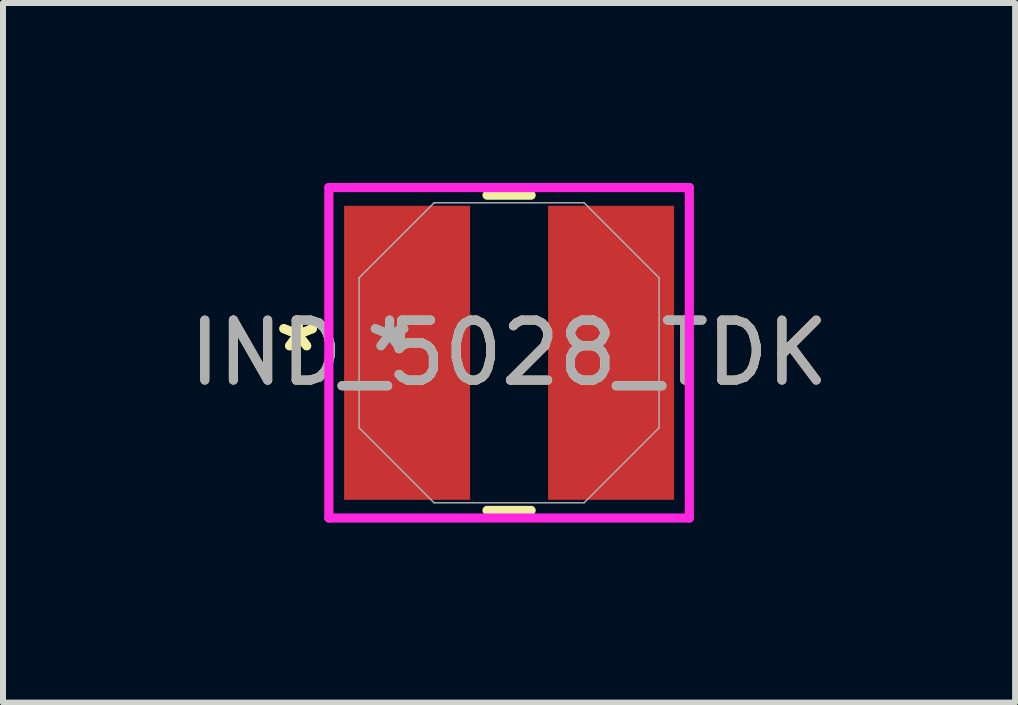
<source format=kicad_pcb>
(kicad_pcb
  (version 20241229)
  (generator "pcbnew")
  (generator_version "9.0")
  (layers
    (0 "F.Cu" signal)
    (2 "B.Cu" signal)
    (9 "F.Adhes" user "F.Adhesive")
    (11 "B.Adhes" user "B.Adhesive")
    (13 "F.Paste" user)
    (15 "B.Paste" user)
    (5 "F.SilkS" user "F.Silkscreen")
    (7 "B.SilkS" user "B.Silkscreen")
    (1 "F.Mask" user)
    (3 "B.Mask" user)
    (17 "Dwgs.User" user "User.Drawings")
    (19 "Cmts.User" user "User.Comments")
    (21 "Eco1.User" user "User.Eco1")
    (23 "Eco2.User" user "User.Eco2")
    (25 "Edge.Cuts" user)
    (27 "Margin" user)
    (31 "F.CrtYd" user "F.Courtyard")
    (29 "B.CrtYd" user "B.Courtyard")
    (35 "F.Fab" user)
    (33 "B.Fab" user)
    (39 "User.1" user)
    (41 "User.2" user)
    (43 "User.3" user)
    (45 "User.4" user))
  (footprint "IND_5028_TDK"
    (layer "F.Cu")
    (at 5.435 2.83)
    (property "Reference" "IND_5028_TDK" (at 0 0 0) (unlocked yes) (layer "F.SilkS") (effects (font (size 1 1) (thickness 0.15))))
    (attr smd)
    (fp_line (start -0.368 2.627) (end 0.368 2.627) (stroke (width 0.152) (type solid)) (layer "F.SilkS"))
    (fp_line (start 0.368 -2.627) (end -0.368 -2.627) (stroke (width 0.152) (type solid)) (layer "F.SilkS"))
    (fp_line (start -3.004 -2.754) (end 3.004 -2.754) (stroke (width 0.152) (type solid)) (layer "F.CrtYd"))
    (fp_line (start -3.004 2.754) (end -3.004 -2.754) (stroke (width 0.152) (type solid)) (layer "F.CrtYd"))
    (fp_line (start 3.004 -2.754) (end 3.004 2.754) (stroke (width 0.152) (type solid)) (layer "F.CrtYd"))
    (fp_line (start 3.004 2.754) (end -3.004 2.754) (stroke (width 0.152) (type solid)) (layer "F.CrtYd"))
    (fp_line (start -2.5 -1.25) (end -2.5 1.25) (stroke (width 0.025) (type solid)) (layer "F.Fab"))
    (fp_line (start -2.5 1.25) (end -1.25 2.5) (stroke (width 0.025) (type solid)) (layer "F.Fab"))
    (fp_line (start -1.25 -2.5) (end -2.5 -1.25) (stroke (width 0.025) (type solid)) (layer "F.Fab"))
    (fp_line (start -1.25 2.5) (end 1.25 2.5) (stroke (width 0.025) (type solid)) (layer "F.Fab"))
    (fp_line (start 1.25 -2.5) (end -1.25 -2.5) (stroke (width 0.025) (type solid)) (layer "F.Fab"))
    (fp_line (start 1.25 2.5) (end 2.5 1.25) (stroke (width 0.025) (type solid)) (layer "F.Fab"))
    (fp_line (start 2.5 -1.25) (end 1.25 -2.5) (stroke (width 0.025) (type solid)) (layer "F.Fab"))
    (fp_line (start 2.5 1.25) (end 2.5 -1.25) (stroke (width 0.025) (type solid)) (layer "F.Fab"))
    (fp_text user "*" (at -3.516 0 0) (unlocked yes) (layer "F.SilkS") (effects (font (size 1 1) (thickness 0.15))))
    (fp_text user "*" (at -3.516 0 0) (layer "F.SilkS") (effects (font (size 1 1) (thickness 0.15))))
    (fp_text user "*" (at -1.992 0 0) (layer "F.Fab") (effects (font (size 1 1) (thickness 0.15))))
    (fp_text user "${REFERENCE}" (at 0 0 0) (unlocked yes) (layer "F.Fab") (effects (font (size 1 1) (thickness 0.15))))
    (fp_text user "*" (at -1.992 0 0) (unlocked yes) (layer "F.Fab") (effects (font (size 1 1) (thickness 0.15))))
    (pad "1" smd rect (at -1.7 0) (size 2.1 4.9) (layers "F.Cu" "F.Mask" "F.Paste"))
    (pad "2" smd rect (at 1.7 0) (size 2.1 4.9) (layers "F.Cu" "F.Mask" "F.Paste")))
  (gr_rect
    (start -3 -3)
    (end 13.869 8.66)
    (stroke (width 0.1) (type default))
    (fill no)
    (layer "Edge.Cuts")))
</source>
